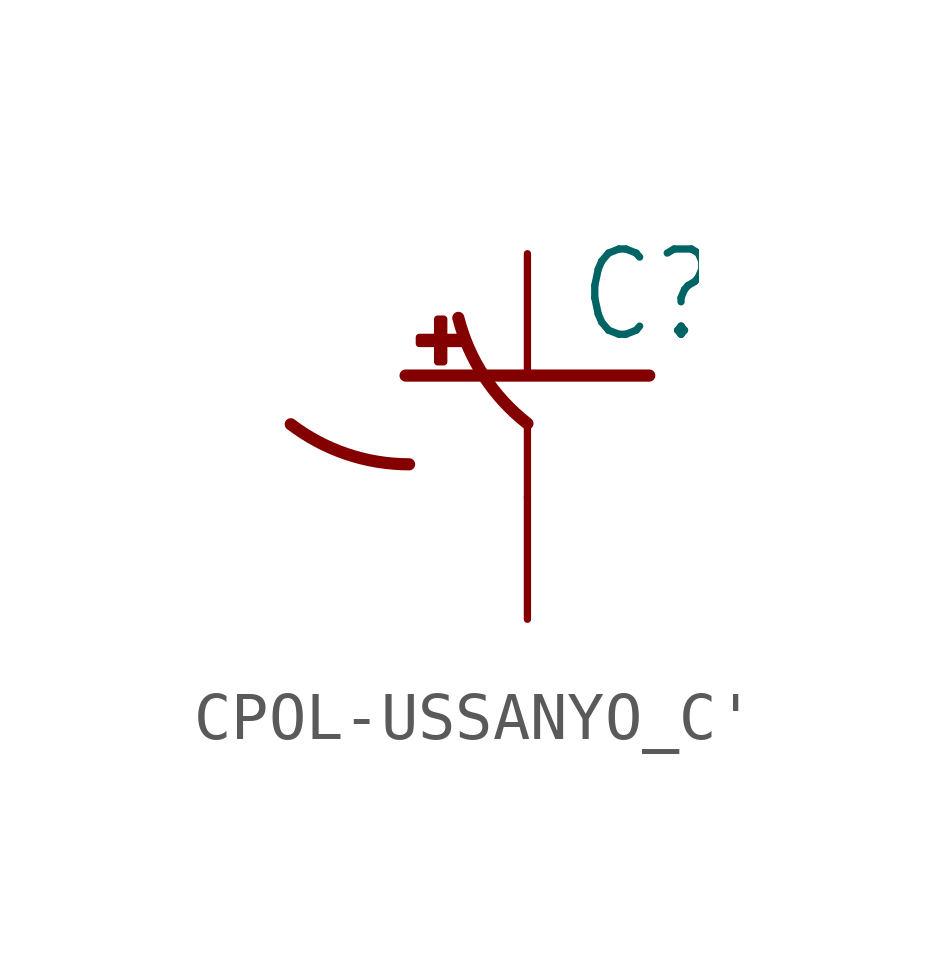
<source format=kicad_sym>
(kicad_symbol_lib
  (version 20241209)
  (generator "kicad_symbol_editor")
  (generator_version "9.0")
  (symbol "CPOL-USSANYO_C'"
    (property "Reference" "C"
      (at 1.016 0.635 0)
      (effects (font (size 1.778 1.511)) (justify left bottom)))
    (property "Value" ""
      (at 1.016 -4.191 0)
      (effects (font (size 1.778 1.511)) (justify left bottom)))
    (property "ki_locked" ""
      (at 0 0 0)
      (effects (font (size 1.27 1.27))))
    (symbol "CPOL-USSANYO_C'_1_0"
      (polyline (pts (xy -2.54 0) (xy 2.54 0)) (stroke (width 0.254) (type solid)) (fill (type none)))
      (arc (start -2.4669 -1.8504) (mid -3.7689 -1.6361) (end -4.9337 -1.0159) (stroke (width 0.254) (type solid)) (fill (type none)))
      (rectangle (start -2.253 0.668) (end -1.364 0.795) (stroke (width 0) (type default)) (fill (type outline)))
      (rectangle (start -1.872 0.287) (end -1.745 1.176) (stroke (width 0) (type default)) (fill (type outline)))
      (polyline (pts (xy 0 -1.016) (xy 0 -2.54)) (stroke (width 0.152) (type solid)) (fill (type none)))
      (arc (start 0 -1) (mid -0.9038 -0.0189) (end -1.4403 1.2025) (stroke (width 0.254) (type solid)) (fill (type none)))
      (pin passive line (at 0 2.54 270) (length 2.54) (name "+" (effects (font (size 0 0)))) (number "+" (effects (font (size 0 0)))))
      (pin passive line (at 0 -5.08 90) (length 2.54) (name "-" (effects (font (size 0 0)))) (number "-" (effects (font (size 0 0))))))))
</source>
